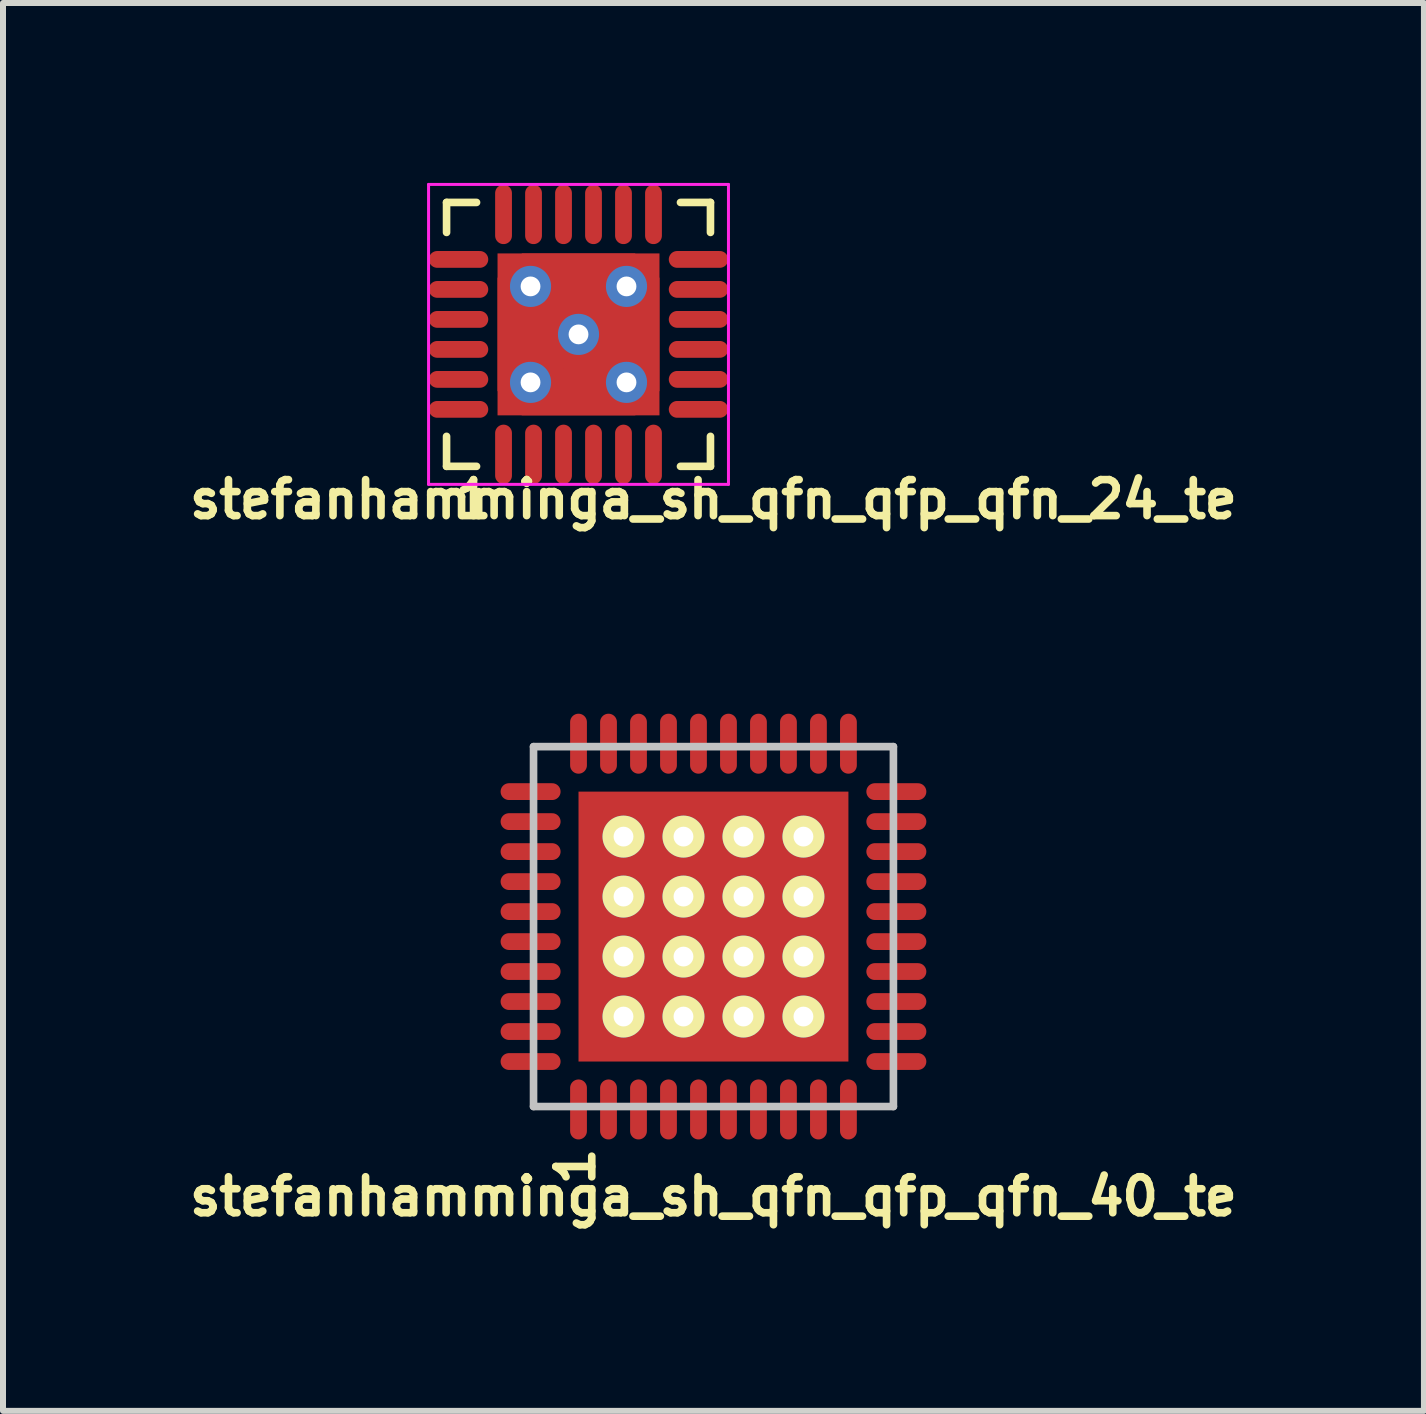
<source format=kicad_pcb>
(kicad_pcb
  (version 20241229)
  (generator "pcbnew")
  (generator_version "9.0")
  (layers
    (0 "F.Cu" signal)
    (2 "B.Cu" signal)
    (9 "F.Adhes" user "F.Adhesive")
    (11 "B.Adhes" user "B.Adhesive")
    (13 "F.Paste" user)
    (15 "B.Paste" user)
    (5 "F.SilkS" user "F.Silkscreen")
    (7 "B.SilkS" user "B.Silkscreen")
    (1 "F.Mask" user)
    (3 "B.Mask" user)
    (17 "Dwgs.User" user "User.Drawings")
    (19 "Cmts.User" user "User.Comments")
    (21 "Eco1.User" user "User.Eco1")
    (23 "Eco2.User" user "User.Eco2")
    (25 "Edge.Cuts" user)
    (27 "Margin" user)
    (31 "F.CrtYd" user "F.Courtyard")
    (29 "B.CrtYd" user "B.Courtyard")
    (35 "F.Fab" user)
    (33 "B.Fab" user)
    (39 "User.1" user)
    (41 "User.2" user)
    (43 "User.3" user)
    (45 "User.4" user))
  (footprint "stefanhamminga_sh_qfn_qfp_qfn_40_te"
    (layer "F.Cu")
    (at 8.845 12.398)
    (property "Reference" "stefanhamminga_sh_qfn_qfp_qfn_40_te" (at 0 4.5 0) (layer "F.SilkS") (effects (font (size 0.6 0.6) (thickness 0.127))))
    (attr smd)
    (fp_line (start -3 -3) (end 3 -3) (stroke (width 0.127) (type solid)) (layer "Dwgs.User"))
    (fp_line (start -3 3) (end -3 -3) (stroke (width 0.127) (type solid)) (layer "Dwgs.User"))
    (fp_line (start 3 -3) (end 3 3) (stroke (width 0.127) (type solid)) (layer "Dwgs.User"))
    (fp_line (start 3 3) (end -3 3) (stroke (width 0.127) (type solid)) (layer "Dwgs.User"))
    (fp_text user "1" (at -2.3 4 90) (layer "F.SilkS") (effects (font (size 0.6 0.6) (thickness 0.127))))
    (pad "1" smd oval (at -2.25 3.049) (size 0.28 1) (layers "F.Cu" "F.Mask" "F.Paste"))
    (pad "2" smd oval (at -1.75 3.049) (size 0.28 1) (layers "F.Cu" "F.Mask" "F.Paste"))
    (pad "3" smd oval (at -1.25 3.049) (size 0.28 1) (layers "F.Cu" "F.Mask" "F.Paste"))
    (pad "4" smd oval (at -0.75 3.049) (size 0.28 1) (layers "F.Cu" "F.Mask" "F.Paste"))
    (pad "5" smd oval (at -0.25 3.049) (size 0.28 1) (layers "F.Cu" "F.Mask" "F.Paste"))
    (pad "6" smd oval (at 0.25 3.049) (size 0.28 1) (layers "F.Cu" "F.Mask" "F.Paste"))
    (pad "7" smd oval (at 0.75 3.049) (size 0.28 1) (layers "F.Cu" "F.Mask" "F.Paste"))
    (pad "8" smd oval (at 1.25 3.049) (size 0.28 1) (layers "F.Cu" "F.Mask" "F.Paste"))
    (pad "9" smd oval (at 1.75 3.049) (size 0.28 1) (layers "F.Cu" "F.Mask" "F.Paste"))
    (pad "10" smd oval (at 2.25 3.049) (size 0.28 1) (layers "F.Cu" "F.Mask" "F.Paste"))
    (pad "11" smd oval (at 3.049 2.25 90) (size 0.28 1) (layers "F.Cu" "F.Mask" "F.Paste"))
    (pad "12" smd oval (at 3.049 1.75 90) (size 0.28 1) (layers "F.Cu" "F.Mask" "F.Paste"))
    (pad "13" smd oval (at 3.049 1.25 90) (size 0.28 1) (layers "F.Cu" "F.Mask" "F.Paste"))
    (pad "14" smd oval (at 3.049 0.75 90) (size 0.28 1) (layers "F.Cu" "F.Mask" "F.Paste"))
    (pad "15" smd oval (at 3.049 0.25 90) (size 0.28 1) (layers "F.Cu" "F.Mask" "F.Paste"))
    (pad "16" smd oval (at 3.049 -0.25 90) (size 0.28 1) (layers "F.Cu" "F.Mask" "F.Paste"))
    (pad "17" smd oval (at 3.049 -0.75 90) (size 0.28 1) (layers "F.Cu" "F.Mask" "F.Paste"))
    (pad "18" smd oval (at 3.049 -1.25 90) (size 0.28 1) (layers "F.Cu" "F.Mask" "F.Paste"))
    (pad "19" smd oval (at 3.049 -1.75 90) (size 0.28 1) (layers "F.Cu" "F.Mask" "F.Paste"))
    (pad "20" smd oval (at 3.049 -2.25 90) (size 0.28 1) (layers "F.Cu" "F.Mask" "F.Paste"))
    (pad "21" smd oval (at 2.25 -3.049) (size 0.28 1) (layers "F.Cu" "F.Mask" "F.Paste"))
    (pad "22" smd oval (at 1.75 -3.049) (size 0.28 1) (layers "F.Cu" "F.Mask" "F.Paste"))
    (pad "23" smd oval (at 1.25 -3.049) (size 0.28 1) (layers "F.Cu" "F.Mask" "F.Paste"))
    (pad "24" smd oval (at 0.75 -3.049) (size 0.28 1) (layers "F.Cu" "F.Mask" "F.Paste"))
    (pad "25" smd oval (at 0.25 -3.049) (size 0.28 1) (layers "F.Cu" "F.Mask" "F.Paste"))
    (pad "26" smd oval (at -0.25 -3.049) (size 0.28 1) (layers "F.Cu" "F.Mask" "F.Paste"))
    (pad "27" smd oval (at -0.75 -3.049) (size 0.28 1) (layers "F.Cu" "F.Mask" "F.Paste"))
    (pad "28" smd oval (at -1.25 -3.049) (size 0.28 1) (layers "F.Cu" "F.Mask" "F.Paste"))
    (pad "29" smd oval (at -1.75 -3.049) (size 0.28 1) (layers "F.Cu" "F.Mask" "F.Paste"))
    (pad "30" smd oval (at -2.25 -3.049) (size 0.28 1) (layers "F.Cu" "F.Mask" "F.Paste"))
    (pad "31" smd oval (at -3.049 -2.25 90) (size 0.28 1) (layers "F.Cu" "F.Mask" "F.Paste"))
    (pad "32" smd oval (at -3.049 -1.75 90) (size 0.28 1) (layers "F.Cu" "F.Mask" "F.Paste"))
    (pad "33" smd oval (at -3.049 -1.25 90) (size 0.28 1) (layers "F.Cu" "F.Mask" "F.Paste"))
    (pad "34" smd oval (at -3.049 -0.75 90) (size 0.28 1) (layers "F.Cu" "F.Mask" "F.Paste"))
    (pad "35" smd oval (at -3.049 -0.25 90) (size 0.28 1) (layers "F.Cu" "F.Mask" "F.Paste"))
    (pad "36" smd oval (at -3.049 0.25 90) (size 0.28 1) (layers "F.Cu" "F.Mask" "F.Paste"))
    (pad "37" smd oval (at -3.049 0.75 90) (size 0.28 1) (layers "F.Cu" "F.Mask" "F.Paste"))
    (pad "38" smd oval (at -3.049 1.25 90) (size 0.28 1) (layers "F.Cu" "F.Mask" "F.Paste"))
    (pad "39" smd oval (at -3.049 1.75 90) (size 0.28 1) (layers "F.Cu" "F.Mask" "F.Paste"))
    (pad "40" smd oval (at -3.049 2.25 90) (size 0.28 1) (layers "F.Cu" "F.Mask" "F.Paste"))
    (pad "41" thru_hole circle (at -1.5 -1.5) (size 0.7 0.7) (drill 0.33) (layers "*.Cu" "F.Mask" "F.SilkS"))
    (pad "41" thru_hole circle (at -1.5 -0.5) (size 0.7 0.7) (drill 0.33) (layers "*.Cu" "F.Mask" "F.SilkS"))
    (pad "41" thru_hole circle (at -1.5 0.5) (size 0.7 0.7) (drill 0.33) (layers "*.Cu" "F.Mask" "F.SilkS"))
    (pad "41" thru_hole circle (at -1.5 1.5) (size 0.7 0.7) (drill 0.33) (layers "*.Cu" "F.Mask" "F.SilkS"))
    (pad "41" thru_hole circle (at -0.5 -1.5) (size 0.7 0.7) (drill 0.33) (layers "*.Cu" "F.Mask" "F.SilkS"))
    (pad "41" thru_hole circle (at -0.5 -0.5) (size 0.7 0.7) (drill 0.33) (layers "*.Cu" "F.Mask" "F.SilkS"))
    (pad "41" thru_hole circle (at -0.5 0.5) (size 0.7 0.7) (drill 0.33) (layers "*.Cu" "F.Mask" "F.SilkS"))
    (pad "41" thru_hole circle (at -0.5 1.5) (size 0.7 0.7) (drill 0.33) (layers "*.Cu" "F.Mask" "F.SilkS"))
    (pad "41" smd rect (at 0 0) (size 4.5 4.5) (layers "F.Cu" "F.Mask" "F.Paste"))
    (pad "41" thru_hole circle (at 0.5 -1.5) (size 0.7 0.7) (drill 0.33) (layers "*.Cu" "F.Mask" "F.SilkS"))
    (pad "41" thru_hole circle (at 0.5 -0.5) (size 0.7 0.7) (drill 0.33) (layers "*.Cu" "F.Mask" "F.SilkS"))
    (pad "41" thru_hole circle (at 0.5 0.5) (size 0.7 0.7) (drill 0.33) (layers "*.Cu" "F.Mask" "F.SilkS"))
    (pad "41" thru_hole circle (at 0.5 1.5) (size 0.7 0.7) (drill 0.33) (layers "*.Cu" "F.Mask" "F.SilkS"))
    (pad "41" thru_hole circle (at 1.5 -1.5) (size 0.7 0.7) (drill 0.33) (layers "*.Cu" "F.Mask" "F.SilkS"))
    (pad "41" thru_hole circle (at 1.5 -0.5) (size 0.7 0.7) (drill 0.33) (layers "*.Cu" "F.Mask" "F.SilkS"))
    (pad "41" thru_hole circle (at 1.5 0.5) (size 0.7 0.7) (drill 0.33) (layers "*.Cu" "F.Mask" "F.SilkS"))
    (pad "41" thru_hole circle (at 1.5 1.5) (size 0.7 0.7) (drill 0.33) (layers "*.Cu" "F.Mask" "F.SilkS")))
  (footprint "stefanhamminga_sh_qfn_qfp_qfn_24_te"
    (layer "F.Cu")
    (at 6.595 2.525)
    (property "Reference" "stefanhamminga_sh_qfn_qfp_qfn_24_te" (at 2.25 2.75 0) (layer "F.SilkS") (effects (font (size 0.6 0.6) (thickness 0.127))))
    (attr through_hole)
    (fp_line (start -2.2 -2.2) (end -1.7 -2.2) (stroke (width 0.127) (type solid)) (layer "F.SilkS"))
    (fp_line (start -2.2 -1.7) (end -2.2 -2.2) (stroke (width 0.127) (type solid)) (layer "F.SilkS"))
    (fp_line (start -2.2 1.7) (end -2.2 2.2) (stroke (width 0.127) (type solid)) (layer "F.SilkS"))
    (fp_line (start -2.2 2.2) (end -1.7 2.2) (stroke (width 0.127) (type solid)) (layer "F.SilkS"))
    (fp_line (start 1.7 -2.2) (end 2.2 -2.2) (stroke (width 0.127) (type solid)) (layer "F.SilkS"))
    (fp_line (start 2.2 -2.2) (end 2.2 -1.7) (stroke (width 0.127) (type solid)) (layer "F.SilkS"))
    (fp_line (start 2.2 1.7) (end 2.2 2.2) (stroke (width 0.127) (type solid)) (layer "F.SilkS"))
    (fp_line (start 2.2 2.2) (end 1.7 2.2) (stroke (width 0.127) (type solid)) (layer "F.SilkS"))
    (fp_line (start -2.5 -2.5) (end -2.5 2.5) (stroke (width 0.05) (type solid)) (layer "F.CrtYd"))
    (fp_line (start -2.5 2.5) (end 2.5 2.5) (stroke (width 0.05) (type solid)) (layer "F.CrtYd"))
    (fp_line (start 2.5 -2.5) (end -2.5 -2.5) (stroke (width 0.05) (type solid)) (layer "F.CrtYd"))
    (fp_line (start 2.5 2.5) (end 2.5 -2.5) (stroke (width 0.05) (type solid)) (layer "F.CrtYd"))
    (fp_text user "1" (at -1.75 2.75 0) (layer "F.SilkS") (effects (font (size 0.6 0.6) (thickness 0.127))))
    (pad "1" smd oval (at -1.25 2) (size 0.28 0.99) (layers "F.Cu" "F.Mask" "F.Paste"))
    (pad "2" smd oval (at -0.75 2) (size 0.28 0.99) (layers "F.Cu" "F.Mask" "F.Paste"))
    (pad "3" smd oval (at -0.25 2) (size 0.28 0.99) (layers "F.Cu" "F.Mask" "F.Paste"))
    (pad "4" smd oval (at 0.25 2) (size 0.28 0.99) (layers "F.Cu" "F.Mask" "F.Paste"))
    (pad "5" smd oval (at 0.75 2) (size 0.28 0.99) (layers "F.Cu" "F.Mask" "F.Paste"))
    (pad "6" smd oval (at 1.25 2) (size 0.28 0.99) (layers "F.Cu" "F.Mask" "F.Paste"))
    (pad "7" smd oval (at 2 1.25 90) (size 0.28 0.99) (layers "F.Cu" "F.Mask" "F.Paste"))
    (pad "8" smd oval (at 2 0.75 90) (size 0.28 0.99) (layers "F.Cu" "F.Mask" "F.Paste"))
    (pad "9" smd oval (at 2 0.25 90) (size 0.28 0.99) (layers "F.Cu" "F.Mask" "F.Paste"))
    (pad "10" smd oval (at 2 -0.25 90) (size 0.28 0.99) (layers "F.Cu" "F.Mask" "F.Paste"))
    (pad "11" smd oval (at 2 -0.75 90) (size 0.28 0.99) (layers "F.Cu" "F.Mask" "F.Paste"))
    (pad "12" smd oval (at 2 -1.25 90) (size 0.28 0.99) (layers "F.Cu" "F.Mask" "F.Paste"))
    (pad "13" smd oval (at 1.25 -2) (size 0.28 0.99) (layers "F.Cu" "F.Mask" "F.Paste"))
    (pad "14" smd oval (at 0.75 -2) (size 0.28 0.99) (layers "F.Cu" "F.Mask" "F.Paste"))
    (pad "15" smd oval (at 0.25 -2) (size 0.28 0.99) (layers "F.Cu" "F.Mask" "F.Paste"))
    (pad "16" smd oval (at -0.25 -2) (size 0.28 0.99) (layers "F.Cu" "F.Mask" "F.Paste"))
    (pad "17" smd oval (at -0.75 -2) (size 0.28 0.99) (layers "F.Cu" "F.Mask" "F.Paste"))
    (pad "18" smd oval (at -1.25 -2) (size 0.28 0.99) (layers "F.Cu" "F.Mask" "F.Paste"))
    (pad "19" smd oval (at -2 -1.25 90) (size 0.28 0.99) (layers "F.Cu" "F.Mask" "F.Paste"))
    (pad "20" smd oval (at -2 -0.75 90) (size 0.28 0.99) (layers "F.Cu" "F.Mask" "F.Paste"))
    (pad "21" smd oval (at -2 -0.25 90) (size 0.28 0.99) (layers "F.Cu" "F.Mask" "F.Paste"))
    (pad "22" smd oval (at -2 0.25 90) (size 0.28 0.99) (layers "F.Cu" "F.Mask" "F.Paste"))
    (pad "23" smd oval (at -2 0.75 90) (size 0.28 0.99) (layers "F.Cu" "F.Mask" "F.Paste"))
    (pad "24" smd oval (at -2 1.25 90) (size 0.28 0.99) (layers "F.Cu" "F.Mask" "F.Paste"))
    (pad "25" smd trapezoid (at -0.85 0 270) (size 1 1) (rect_delta 0 0.9) (layers "F.Cu" "F.Mask" "F.Paste"))
    (pad "25" thru_hole circle (at -0.8 -0.8) (size 0.686 0.686) (drill 0.33) (layers "*.Cu"))
    (pad "25" thru_hole circle (at -0.8 0.8) (size 0.686 0.686) (drill 0.33) (layers "*.Cu"))
    (pad "25" smd trapezoid (at 0 -0.85 180) (size 1 1) (rect_delta 0 0.9) (layers "F.Cu" "F.Mask" "F.Paste"))
    (pad "25" thru_hole circle (at 0 0) (size 0.686 0.686) (drill 0.33) (layers "*.Cu"))
    (pad "25" smd rect (at 0 0) (size 2.7 2.7) (layers "F.Cu" "F.Mask"))
    (pad "25" smd trapezoid (at 0 0.85) (size 1 1) (rect_delta 0 0.9) (layers "F.Cu" "F.Mask" "F.Paste"))
    (pad "25" thru_hole circle (at 0.8 -0.8) (size 0.686 0.686) (drill 0.33) (layers "*.Cu"))
    (pad "25" thru_hole circle (at 0.8 0.8) (size 0.686 0.686) (drill 0.33) (layers "*.Cu"))
    (pad "25" smd trapezoid (at 0.85 0 90) (size 1 1) (rect_delta 0 0.9) (layers "F.Cu" "F.Mask" "F.Paste")))
  (gr_rect
    (start -3 -3)
    (end 20.69 20.472)
    (stroke (width 0.1) (type default))
    (fill no)
    (layer "Edge.Cuts")))
</source>
